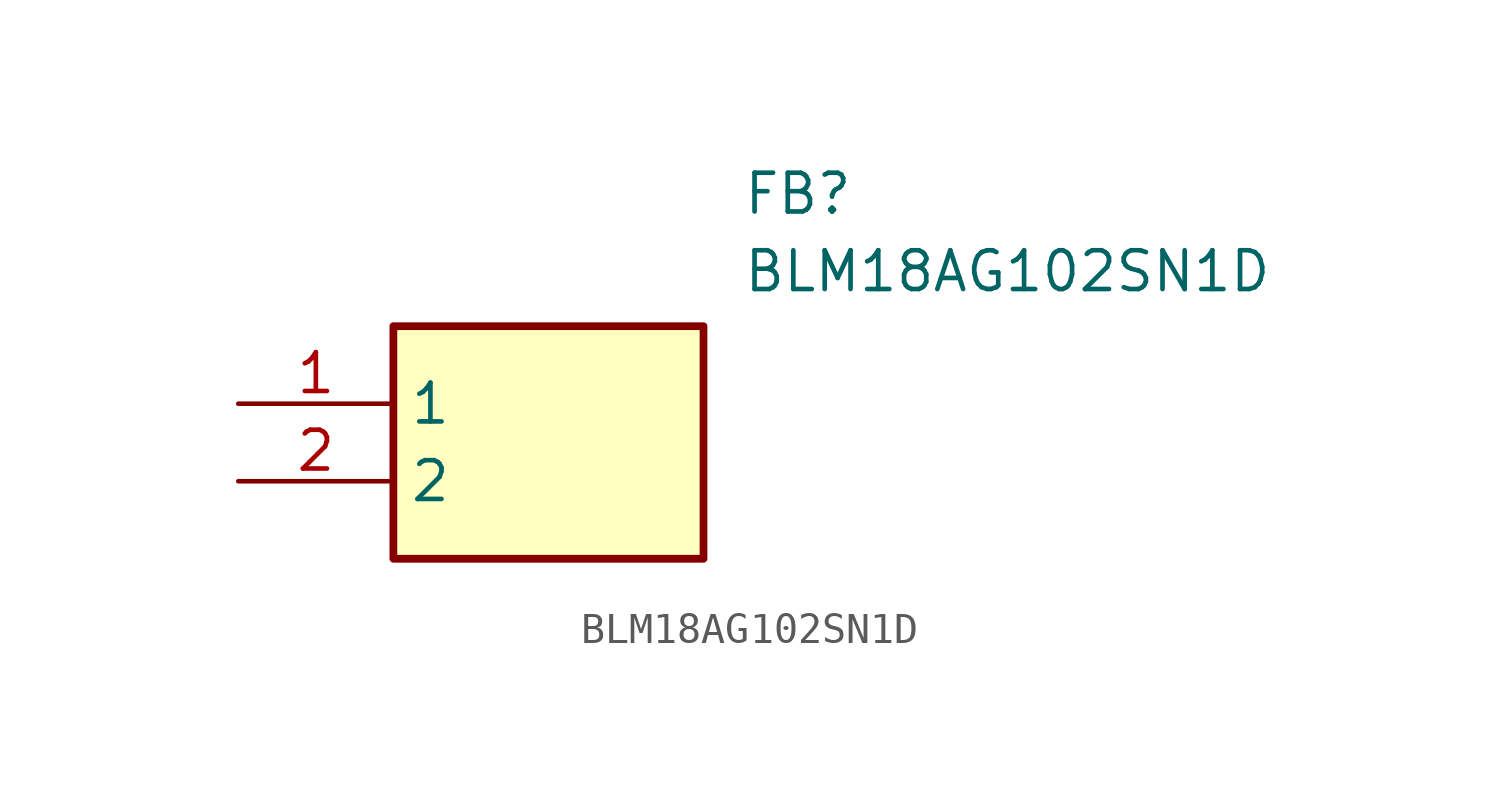
<source format=kicad_sym>
(kicad_symbol_lib
  (version 20211014)
  (generator SamacSys_ECAD_Model)
  (symbol "BLM18AG102SN1D"
    (property "Reference" "FB"
      (at 16.51 7.62 0)
      (effects (font (size 1.27 1.27)) (justify left top)))
    (property "Value" "BLM18AG102SN1D"
      (at 16.51 5.08 0)
      (effects (font (size 1.27 1.27)) (justify left top)))
    (rectangle
      (start 5.08 2.54)
      (end 15.24 -5.08)
      (stroke (width 0.254) (type default))
      (fill (type background)))
    (pin passive line
      (at 0 0 0)
      (length 5.08)
      (name "1" (effects (font (size 1.27 1.27))))
      (number "1" (effects (font (size 1.27 1.27)))))
    (pin passive line
      (at 0 -2.54 0)
      (length 5.08)
      (name "2" (effects (font (size 1.27 1.27))))
      (number "2" (effects (font (size 1.27 1.27)))))))
</source>
